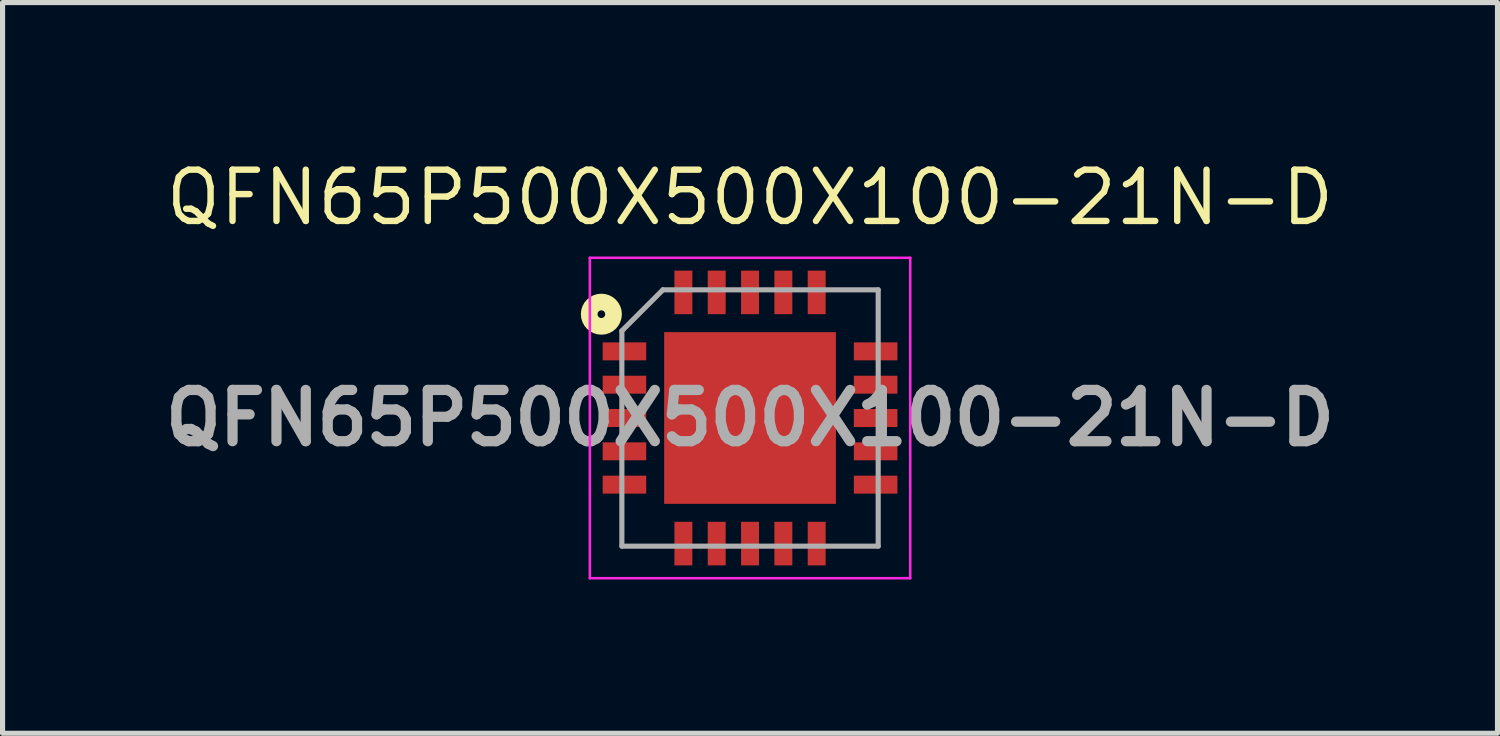
<source format=kicad_pcb>
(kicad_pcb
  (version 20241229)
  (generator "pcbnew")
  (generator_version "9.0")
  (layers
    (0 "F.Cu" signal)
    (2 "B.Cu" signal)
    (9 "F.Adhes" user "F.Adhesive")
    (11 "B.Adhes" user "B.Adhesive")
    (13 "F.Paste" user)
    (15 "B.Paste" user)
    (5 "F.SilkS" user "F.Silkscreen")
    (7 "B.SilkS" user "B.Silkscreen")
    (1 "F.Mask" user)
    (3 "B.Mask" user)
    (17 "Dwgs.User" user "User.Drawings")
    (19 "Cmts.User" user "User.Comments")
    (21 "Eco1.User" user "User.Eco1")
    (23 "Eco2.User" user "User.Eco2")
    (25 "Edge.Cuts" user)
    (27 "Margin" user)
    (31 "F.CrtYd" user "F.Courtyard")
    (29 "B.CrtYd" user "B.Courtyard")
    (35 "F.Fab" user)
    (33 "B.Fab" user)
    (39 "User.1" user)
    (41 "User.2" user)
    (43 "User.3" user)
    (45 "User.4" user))
  (footprint "QFN65P500X500X100-21N-D"
    (layer "F.Cu")
    (at 11.581 5.104)
    (property "Reference" "QFN65P500X500X100-21N-D" (at 0 -4.3 0) (layer "F.SilkS") (effects (font (size 1 1) (thickness 0.125))))
    (attr smd)
    (fp_circle (center -2.9 -2.025) (end -2.9 -1.95) (stroke (width 0.325) (type solid)) (fill no) (layer "F.SilkS"))
    (fp_line (start -3.125 -3.125) (end 3.125 -3.125) (stroke (width 0.05) (type solid)) (layer "F.CrtYd"))
    (fp_line (start -3.125 3.125) (end -3.125 -3.125) (stroke (width 0.05) (type solid)) (layer "F.CrtYd"))
    (fp_line (start 3.125 -3.125) (end 3.125 3.125) (stroke (width 0.05) (type solid)) (layer "F.CrtYd"))
    (fp_line (start 3.125 3.125) (end -3.125 3.125) (stroke (width 0.05) (type solid)) (layer "F.CrtYd"))
    (fp_line (start -2.5 -1.7) (end -1.7 -2.5) (stroke (width 0.1) (type default)) (layer "F.Fab"))
    (fp_line (start -2.5 2.5) (end -2.5 -1.7) (stroke (width 0.1) (type solid)) (layer "F.Fab"))
    (fp_line (start -1.7 -2.5) (end 2.5 -2.5) (stroke (width 0.1) (type solid)) (layer "F.Fab"))
    (fp_line (start 2.5 -2.5) (end 2.5 2.5) (stroke (width 0.1) (type solid)) (layer "F.Fab"))
    (fp_line (start 2.5 2.5) (end -2.5 2.5) (stroke (width 0.1) (type solid)) (layer "F.Fab"))
    (fp_text user "${REFERENCE}" (at 0 0 0) (layer "F.Fab") (effects (font (size 1 1) (thickness 0.2))))
    (pad "1" smd rect (at -2.45 -1.3 90) (size 0.35 0.85) (layers "F.Cu" "F.Mask" "F.Paste"))
    (pad "2" smd rect (at -2.45 -0.65 90) (size 0.35 0.85) (layers "F.Cu" "F.Mask" "F.Paste"))
    (pad "3" smd rect (at -2.45 0 90) (size 0.35 0.85) (layers "F.Cu" "F.Mask" "F.Paste"))
    (pad "4" smd rect (at -2.45 0.65 90) (size 0.35 0.85) (layers "F.Cu" "F.Mask" "F.Paste"))
    (pad "5" smd rect (at -2.45 1.3 90) (size 0.35 0.85) (layers "F.Cu" "F.Mask" "F.Paste"))
    (pad "6" smd rect (at -1.3 2.45) (size 0.35 0.85) (layers "F.Cu" "F.Mask" "F.Paste"))
    (pad "7" smd rect (at -0.65 2.45) (size 0.35 0.85) (layers "F.Cu" "F.Mask" "F.Paste"))
    (pad "8" smd rect (at 0 2.45) (size 0.35 0.85) (layers "F.Cu" "F.Mask" "F.Paste"))
    (pad "9" smd rect (at 0.65 2.45) (size 0.35 0.85) (layers "F.Cu" "F.Mask" "F.Paste"))
    (pad "10" smd rect (at 1.3 2.45) (size 0.35 0.85) (layers "F.Cu" "F.Mask" "F.Paste"))
    (pad "11" smd rect (at 2.45 1.3 90) (size 0.35 0.85) (layers "F.Cu" "F.Mask" "F.Paste"))
    (pad "12" smd rect (at 2.45 0.65 90) (size 0.35 0.85) (layers "F.Cu" "F.Mask" "F.Paste"))
    (pad "13" smd rect (at 2.45 0 90) (size 0.35 0.85) (layers "F.Cu" "F.Mask" "F.Paste"))
    (pad "14" smd rect (at 2.45 -0.65 90) (size 0.35 0.85) (layers "F.Cu" "F.Mask" "F.Paste"))
    (pad "15" smd rect (at 2.45 -1.3 90) (size 0.35 0.85) (layers "F.Cu" "F.Mask" "F.Paste"))
    (pad "16" smd rect (at 1.3 -2.45) (size 0.35 0.85) (layers "F.Cu" "F.Mask" "F.Paste"))
    (pad "17" smd rect (at 0.65 -2.45) (size 0.35 0.85) (layers "F.Cu" "F.Mask" "F.Paste"))
    (pad "18" smd rect (at 0 -2.45) (size 0.35 0.85) (layers "F.Cu" "F.Mask" "F.Paste"))
    (pad "19" smd rect (at -0.65 -2.45) (size 0.35 0.85) (layers "F.Cu" "F.Mask" "F.Paste"))
    (pad "20" smd rect (at -1.3 -2.45) (size 0.35 0.85) (layers "F.Cu" "F.Mask" "F.Paste"))
    (pad "21" smd rect (at 0 0) (size 3.35 3.35) (layers "F.Cu" "F.Mask" "F.Paste")))
  (gr_rect
    (start -3 -3)
    (end 26.162 11.254)
    (stroke (width 0.1) (type default))
    (fill no)
    (layer "Edge.Cuts")))
</source>
